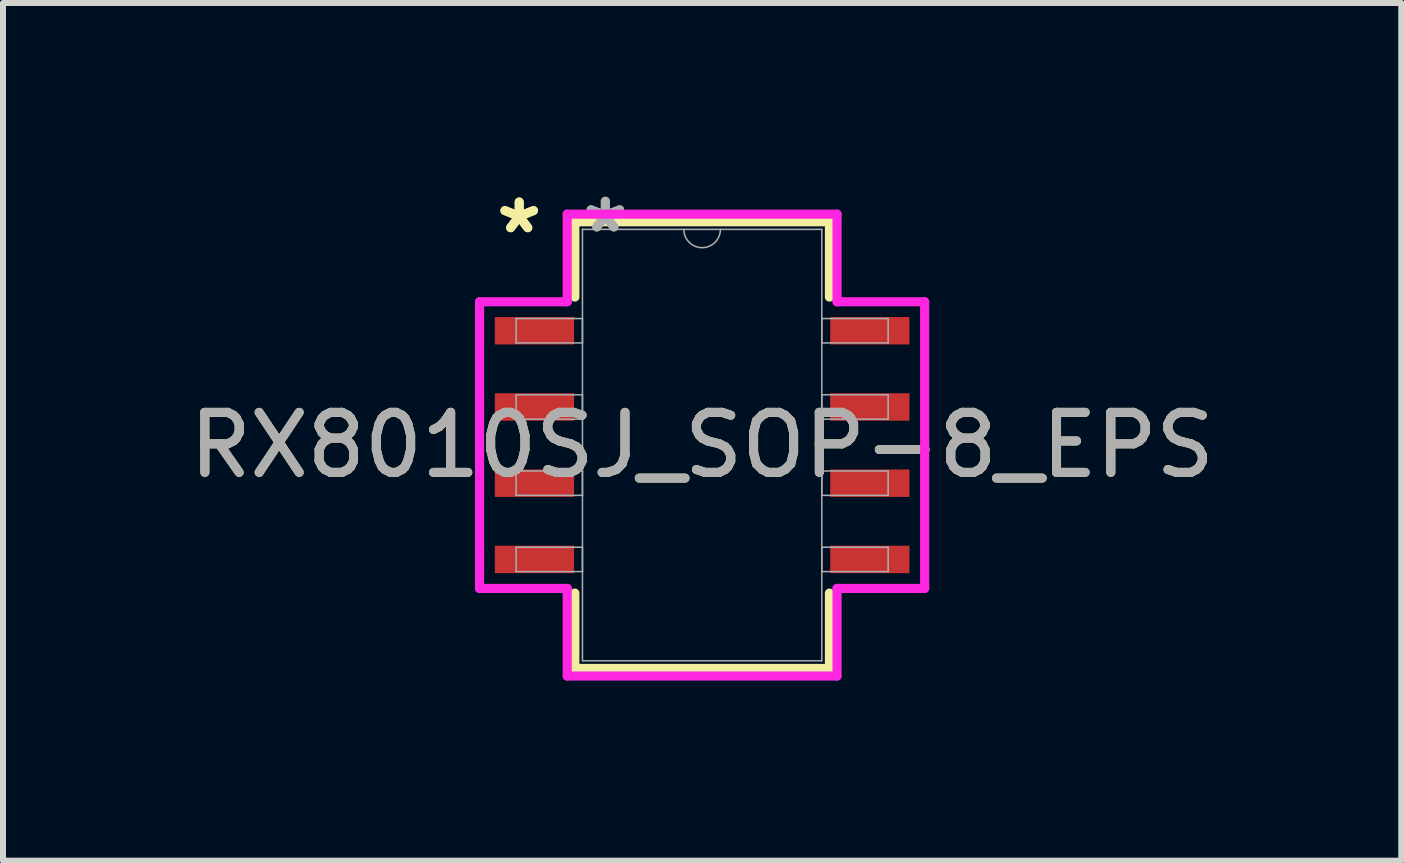
<source format=kicad_pcb>
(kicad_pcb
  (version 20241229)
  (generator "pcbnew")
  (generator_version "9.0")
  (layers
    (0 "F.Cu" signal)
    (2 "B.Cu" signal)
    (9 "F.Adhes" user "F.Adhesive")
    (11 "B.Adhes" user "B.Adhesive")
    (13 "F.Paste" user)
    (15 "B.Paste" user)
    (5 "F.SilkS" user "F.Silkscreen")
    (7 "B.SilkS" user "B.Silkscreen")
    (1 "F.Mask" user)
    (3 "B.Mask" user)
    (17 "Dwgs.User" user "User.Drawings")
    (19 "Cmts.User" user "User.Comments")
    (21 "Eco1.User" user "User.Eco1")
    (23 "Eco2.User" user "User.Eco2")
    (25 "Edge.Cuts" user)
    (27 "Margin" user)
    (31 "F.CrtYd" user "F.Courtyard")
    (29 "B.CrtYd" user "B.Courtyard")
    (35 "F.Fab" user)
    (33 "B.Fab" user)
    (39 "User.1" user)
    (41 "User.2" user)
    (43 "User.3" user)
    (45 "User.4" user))
  (footprint "RX8010SJ_SOP-8_EPS"
    (layer "F.Cu")
    (at 8.649 4.366)
    (property "Reference" "RX8010SJ_SOP-8_EPS" (at 0 0 0) (unlocked yes) (layer "F.SilkS") (effects (font (size 1 1) (thickness 0.15))))
    (attr smd)
    (fp_line (start -2.121 -3.721) (end -2.121 -2.466) (stroke (width 0.152) (type solid)) (layer "F.SilkS"))
    (fp_line (start -2.121 2.466) (end -2.121 3.721) (stroke (width 0.152) (type solid)) (layer "F.SilkS"))
    (fp_line (start -2.121 3.721) (end 2.121 3.721) (stroke (width 0.152) (type solid)) (layer "F.SilkS"))
    (fp_line (start 2.121 -3.721) (end -2.121 -3.721) (stroke (width 0.152) (type solid)) (layer "F.SilkS"))
    (fp_line (start 2.121 -2.466) (end 2.121 -3.721) (stroke (width 0.152) (type solid)) (layer "F.SilkS"))
    (fp_line (start 2.121 3.721) (end 2.121 2.466) (stroke (width 0.152) (type solid)) (layer "F.SilkS"))
    (fp_line (start -3.708 -2.388) (end -2.248 -2.388) (stroke (width 0.152) (type solid)) (layer "F.CrtYd"))
    (fp_line (start -3.708 2.388) (end -3.708 -2.388) (stroke (width 0.152) (type solid)) (layer "F.CrtYd"))
    (fp_line (start -3.708 2.388) (end -2.248 2.388) (stroke (width 0.152) (type solid)) (layer "F.CrtYd"))
    (fp_line (start -2.248 -3.848) (end 2.248 -3.848) (stroke (width 0.152) (type solid)) (layer "F.CrtYd"))
    (fp_line (start -2.248 -2.388) (end -2.248 -3.848) (stroke (width 0.152) (type solid)) (layer "F.CrtYd"))
    (fp_line (start -2.248 3.848) (end -2.248 2.388) (stroke (width 0.152) (type solid)) (layer "F.CrtYd"))
    (fp_line (start 2.248 -3.848) (end 2.248 -2.388) (stroke (width 0.152) (type solid)) (layer "F.CrtYd"))
    (fp_line (start 2.248 2.388) (end 2.248 3.848) (stroke (width 0.152) (type solid)) (layer "F.CrtYd"))
    (fp_line (start 2.248 3.848) (end -2.248 3.848) (stroke (width 0.152) (type solid)) (layer "F.CrtYd"))
    (fp_line (start 3.708 -2.388) (end 2.248 -2.388) (stroke (width 0.152) (type solid)) (layer "F.CrtYd"))
    (fp_line (start 3.708 -2.388) (end 3.708 2.388) (stroke (width 0.152) (type solid)) (layer "F.CrtYd"))
    (fp_line (start 3.708 2.388) (end 2.248 2.388) (stroke (width 0.152) (type solid)) (layer "F.CrtYd"))
    (fp_line (start -3.099 -2.108) (end -3.099 -1.702) (stroke (width 0.025) (type solid)) (layer "F.Fab"))
    (fp_line (start -3.099 -1.702) (end -1.994 -1.702) (stroke (width 0.025) (type solid)) (layer "F.Fab"))
    (fp_line (start -3.099 -0.838) (end -3.099 -0.432) (stroke (width 0.025) (type solid)) (layer "F.Fab"))
    (fp_line (start -3.099 -0.432) (end -1.994 -0.432) (stroke (width 0.025) (type solid)) (layer "F.Fab"))
    (fp_line (start -3.099 0.432) (end -3.099 0.838) (stroke (width 0.025) (type solid)) (layer "F.Fab"))
    (fp_line (start -3.099 0.838) (end -1.994 0.838) (stroke (width 0.025) (type solid)) (layer "F.Fab"))
    (fp_line (start -3.099 1.702) (end -3.099 2.108) (stroke (width 0.025) (type solid)) (layer "F.Fab"))
    (fp_line (start -3.099 2.108) (end -1.994 2.108) (stroke (width 0.025) (type solid)) (layer "F.Fab"))
    (fp_line (start -1.994 -3.594) (end -1.994 3.594) (stroke (width 0.025) (type solid)) (layer "F.Fab"))
    (fp_line (start -1.994 -2.108) (end -3.099 -2.108) (stroke (width 0.025) (type solid)) (layer "F.Fab"))
    (fp_line (start -1.994 -1.702) (end -1.994 -2.108) (stroke (width 0.025) (type solid)) (layer "F.Fab"))
    (fp_line (start -1.994 -0.838) (end -3.099 -0.838) (stroke (width 0.025) (type solid)) (layer "F.Fab"))
    (fp_line (start -1.994 -0.432) (end -1.994 -0.838) (stroke (width 0.025) (type solid)) (layer "F.Fab"))
    (fp_line (start -1.994 0.432) (end -3.099 0.432) (stroke (width 0.025) (type solid)) (layer "F.Fab"))
    (fp_line (start -1.994 0.838) (end -1.994 0.432) (stroke (width 0.025) (type solid)) (layer "F.Fab"))
    (fp_line (start -1.994 1.702) (end -3.099 1.702) (stroke (width 0.025) (type solid)) (layer "F.Fab"))
    (fp_line (start -1.994 2.108) (end -1.994 1.702) (stroke (width 0.025) (type solid)) (layer "F.Fab"))
    (fp_line (start -1.994 3.594) (end 1.994 3.594) (stroke (width 0.025) (type solid)) (layer "F.Fab"))
    (fp_line (start 1.994 -3.594) (end -1.994 -3.594) (stroke (width 0.025) (type solid)) (layer "F.Fab"))
    (fp_line (start 1.994 -2.108) (end 1.994 -1.702) (stroke (width 0.025) (type solid)) (layer "F.Fab"))
    (fp_line (start 1.994 -1.702) (end 3.099 -1.702) (stroke (width 0.025) (type solid)) (layer "F.Fab"))
    (fp_line (start 1.994 -0.838) (end 1.994 -0.432) (stroke (width 0.025) (type solid)) (layer "F.Fab"))
    (fp_line (start 1.994 -0.432) (end 3.099 -0.432) (stroke (width 0.025) (type solid)) (layer "F.Fab"))
    (fp_line (start 1.994 0.432) (end 1.994 0.838) (stroke (width 0.025) (type solid)) (layer "F.Fab"))
    (fp_line (start 1.994 0.838) (end 3.099 0.838) (stroke (width 0.025) (type solid)) (layer "F.Fab"))
    (fp_line (start 1.994 1.702) (end 1.994 2.108) (stroke (width 0.025) (type solid)) (layer "F.Fab"))
    (fp_line (start 1.994 2.108) (end 3.099 2.108) (stroke (width 0.025) (type solid)) (layer "F.Fab"))
    (fp_line (start 1.994 3.594) (end 1.994 -3.594) (stroke (width 0.025) (type solid)) (layer "F.Fab"))
    (fp_line (start 3.099 -2.108) (end 1.994 -2.108) (stroke (width 0.025) (type solid)) (layer "F.Fab"))
    (fp_line (start 3.099 -1.702) (end 3.099 -2.108) (stroke (width 0.025) (type solid)) (layer "F.Fab"))
    (fp_line (start 3.099 -0.838) (end 1.994 -0.838) (stroke (width 0.025) (type solid)) (layer "F.Fab"))
    (fp_line (start 3.099 -0.432) (end 3.099 -0.838) (stroke (width 0.025) (type solid)) (layer "F.Fab"))
    (fp_line (start 3.099 0.432) (end 1.994 0.432) (stroke (width 0.025) (type solid)) (layer "F.Fab"))
    (fp_line (start 3.099 0.838) (end 3.099 0.432) (stroke (width 0.025) (type solid)) (layer "F.Fab"))
    (fp_line (start 3.099 1.702) (end 1.994 1.702) (stroke (width 0.025) (type solid)) (layer "F.Fab"))
    (fp_line (start 3.099 2.108) (end 3.099 1.702) (stroke (width 0.025) (type solid)) (layer "F.Fab"))
    (fp_arc (start 0.3048 -3.5941) (mid 0 -3.2893) (end -0.3048 -3.5941) (stroke (width 0.0254) (type solid)) (layer "F.Fab"))
    (fp_text user "*" (at -3.048 -3.505 0) (layer "F.SilkS") (effects (font (size 1 1) (thickness 0.15))))
    (fp_text user "*" (at -3.048 -3.505 0) (unlocked yes) (layer "F.SilkS") (effects (font (size 1 1) (thickness 0.15))))
    (fp_text user "*" (at -1.613 -3.518 0) (layer "F.Fab") (effects (font (size 1 1) (thickness 0.15))))
    (fp_text user "${REFERENCE}" (at 0 0 0) (unlocked yes) (layer "F.Fab") (effects (font (size 1 1) (thickness 0.15))))
    (fp_text user "*" (at -1.613 -3.518 0) (unlocked yes) (layer "F.Fab") (effects (font (size 1 1) (thickness 0.15))))
    (pad "1" smd rect (at -2.794 -1.905) (size 1.321 0.457) (layers "F.Cu" "F.Mask" "F.Paste"))
    (pad "2" smd rect (at -2.794 -0.635) (size 1.321 0.457) (layers "F.Cu" "F.Mask" "F.Paste"))
    (pad "3" smd rect (at -2.794 0.635) (size 1.321 0.457) (layers "F.Cu" "F.Mask" "F.Paste"))
    (pad "4" smd rect (at -2.794 1.905) (size 1.321 0.457) (layers "F.Cu" "F.Mask" "F.Paste"))
    (pad "5" smd rect (at 2.794 1.905) (size 1.321 0.457) (layers "F.Cu" "F.Mask" "F.Paste"))
    (pad "6" smd rect (at 2.794 0.635) (size 1.321 0.457) (layers "F.Cu" "F.Mask" "F.Paste"))
    (pad "7" smd rect (at 2.794 -0.635) (size 1.321 0.457) (layers "F.Cu" "F.Mask" "F.Paste"))
    (pad "8" smd rect (at 2.794 -1.905) (size 1.321 0.457) (layers "F.Cu" "F.Mask" "F.Paste")))
  (gr_rect
    (start -3 -3)
    (end 20.298 11.29)
    (stroke (width 0.1) (type default))
    (fill no)
    (layer "Edge.Cuts")))
</source>
